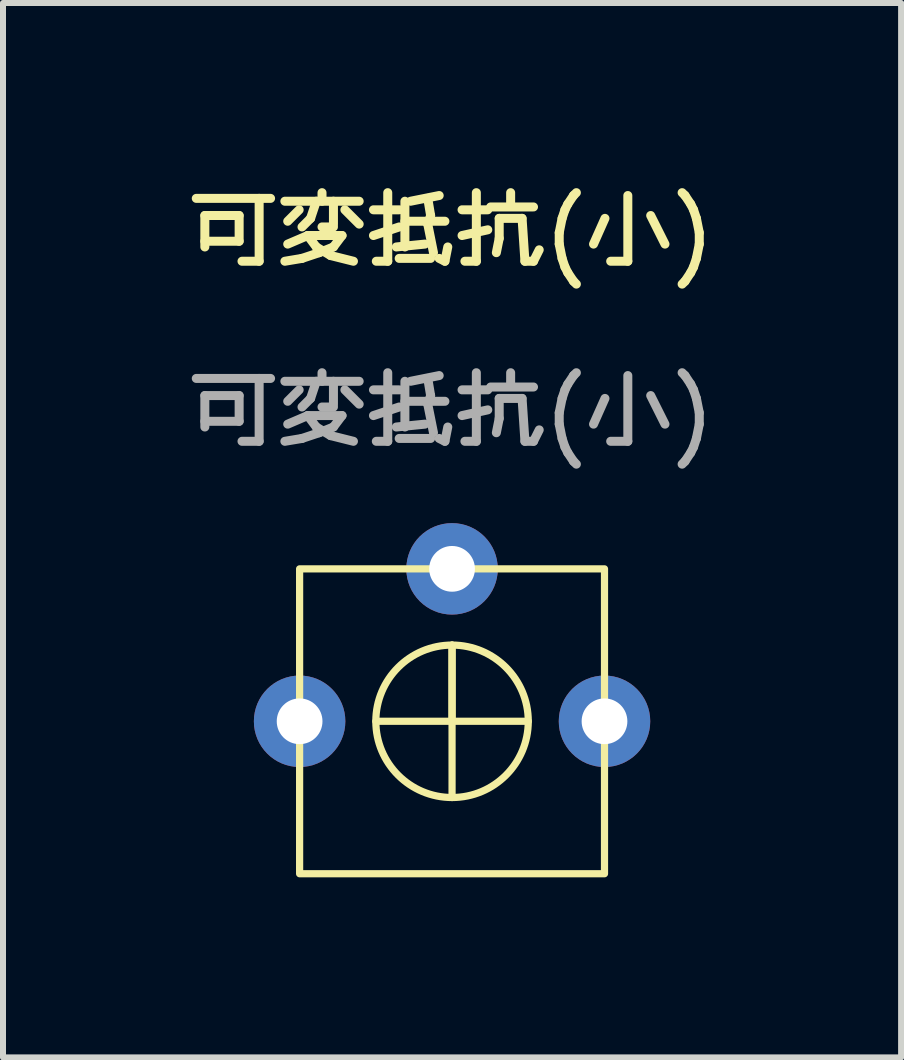
<source format=kicad_pcb>
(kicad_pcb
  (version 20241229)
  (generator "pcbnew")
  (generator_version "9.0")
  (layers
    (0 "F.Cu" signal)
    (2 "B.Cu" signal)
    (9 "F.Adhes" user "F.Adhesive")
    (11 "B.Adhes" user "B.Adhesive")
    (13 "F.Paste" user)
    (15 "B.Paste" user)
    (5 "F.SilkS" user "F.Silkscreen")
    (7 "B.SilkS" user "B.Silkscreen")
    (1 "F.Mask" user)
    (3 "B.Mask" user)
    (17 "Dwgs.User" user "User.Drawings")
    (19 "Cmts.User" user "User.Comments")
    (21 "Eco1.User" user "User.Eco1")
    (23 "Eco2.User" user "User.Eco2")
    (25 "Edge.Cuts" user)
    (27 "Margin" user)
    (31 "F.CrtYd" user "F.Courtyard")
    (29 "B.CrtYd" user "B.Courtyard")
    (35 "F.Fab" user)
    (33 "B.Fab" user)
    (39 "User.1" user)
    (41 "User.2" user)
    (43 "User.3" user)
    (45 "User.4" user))
  (footprint "可変抵抗(小)"
    (layer "F.Cu")
    (at 4.482 1.348)
    (property "Reference" "可変抵抗(小)" (at 0 -0.5 0) (unlocked yes) (layer "F.SilkS") (effects (font (size 1 1) (thickness 0.15))))
    (attr through_hole)
    (fp_line (start -1.27 7.62) (end 1.27 7.62) (stroke (width 0.12) (type solid)) (layer "F.SilkS"))
    (fp_line (start 0 6.35) (end 0 8.89) (stroke (width 0.12) (type solid)) (layer "F.SilkS"))
    (fp_line (start 0 7.62) (end 0 6.35) (stroke (width 0.12) (type solid)) (layer "F.SilkS"))
    (fp_rect (start -2.54 5.08) (end 2.54 10.16) (stroke (width 0.12) (type solid)) (fill no) (layer "F.SilkS"))
    (fp_circle (center 0 7.62) (end 1.27 7.62) (stroke (width 0.12) (type solid)) (fill no) (layer "F.SilkS"))
    (fp_text user "${REFERENCE}" (at 0 2.5 0) (unlocked yes) (layer "F.Fab") (effects (font (size 1 1) (thickness 0.15))))
    (pad "1" thru_hole circle (at -2.54 7.62) (size 1.524 1.524) (drill 0.762) (layers "*.Cu" "*.Mask"))
    (pad "2" thru_hole circle (at 0 5.08) (size 1.524 1.524) (drill 0.762) (layers "*.Cu" "*.Mask"))
    (pad "3" thru_hole circle (at 2.54 7.62) (size 1.524 1.524) (drill 0.762) (layers "*.Cu" "*.Mask")))
  (gr_rect
    (start -3 -3)
    (end 11.964 14.568)
    (stroke (width 0.1) (type default))
    (fill no)
    (layer "Edge.Cuts")))
</source>
